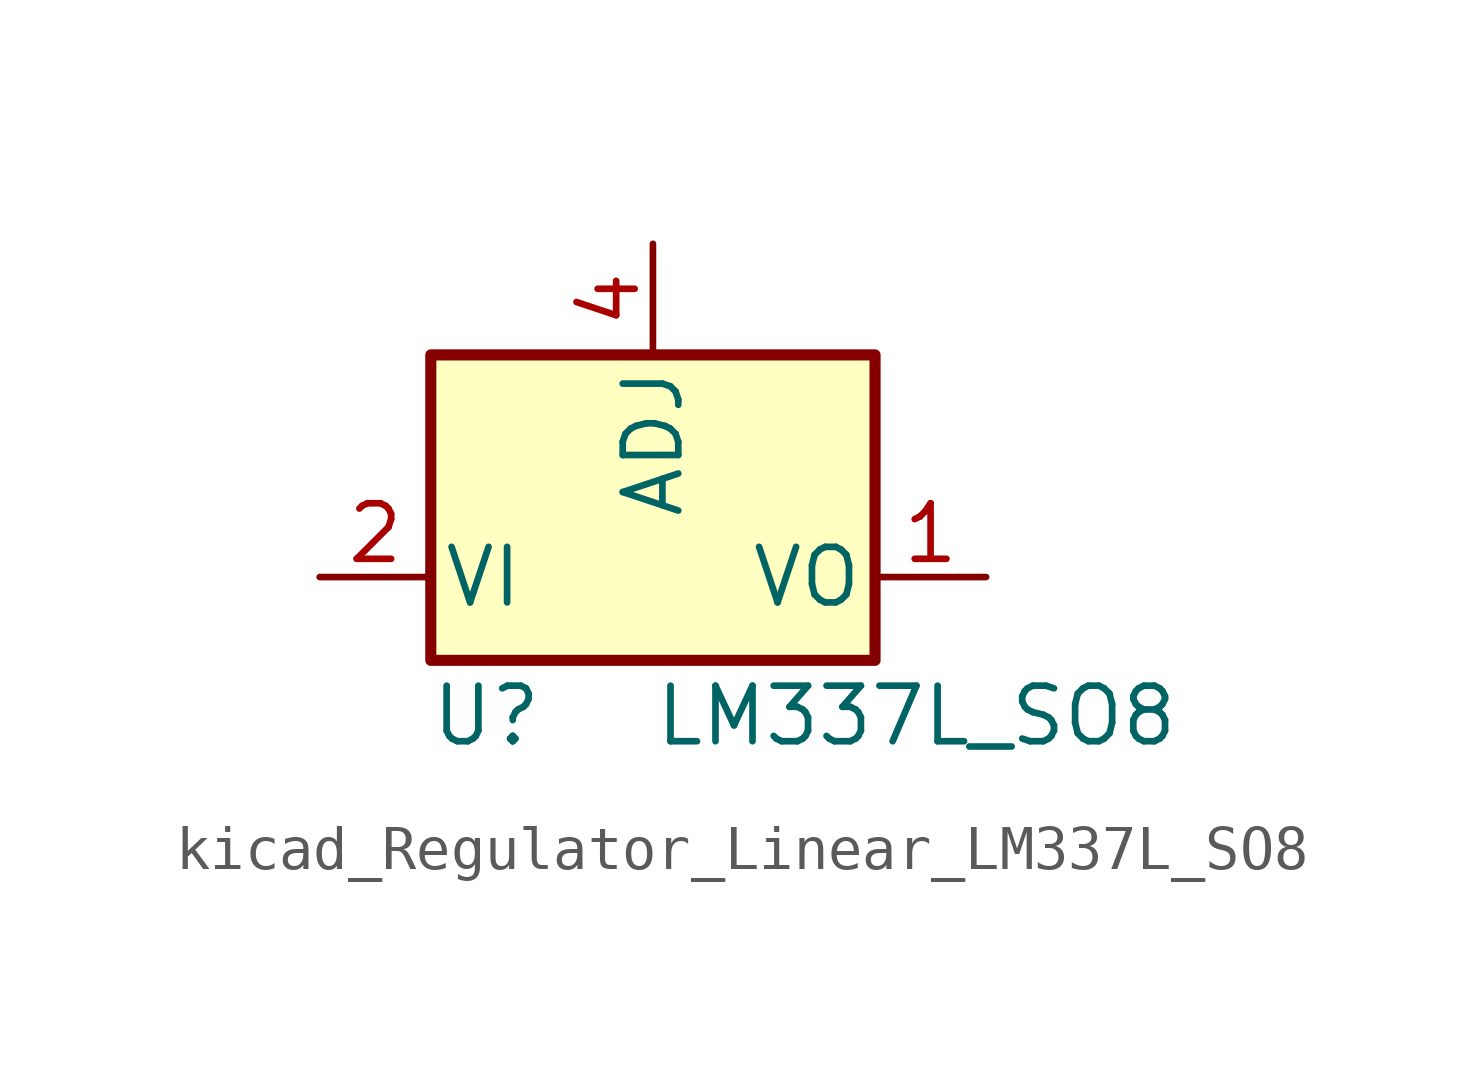
<source format=kicad_sym>
(kicad_symbol_lib
  (version 20220914)
  (generator kicad_symbol_editor)
  (symbol "kicad_Regulator_Linear_LM337L_SO8"
    (pin_names
      (offset 0.254))
    (property "Reference" "U"
      (at -3.81 -3.175 0)
      (effects (font (size 1.27 1.27))))
    (property "Value" "LM337L_SO8"
      (at 0 -3.175 0)
      (effects (font (size 1.27 1.27)) (justify left)))
    (symbol "kicad_Regulator_Linear_LM337L_SO8_0_1"
      (rectangle (start -5.08 5.08) (end 5.08 -1.905) (stroke (width 0.254) (type default)) (fill (type background))))
    (symbol "kicad_Regulator_Linear_LM337L_SO8_1_1"
      (pin power_out line (at 7.62 0 180) (length 2.54) (name "VO" (effects (font (size 1.27 1.27)))) (number "1" (effects (font (size 1.27 1.27)))))
      (pin power_in line (at -7.62 0 0) (length 2.54) (name "VI" (effects (font (size 1.27 1.27)))) (number "2" (effects (font (size 1.27 1.27)))))
      (pin passive line (at -7.62 0 0) (length 2.54) hide (name "VI" (effects (font (size 1.27 1.27)))) (number "3" (effects (font (size 1.27 1.27)))))
      (pin input line (at 0 7.62 270) (length 2.54) (name "ADJ" (effects (font (size 1.27 1.27)))) (number "4" (effects (font (size 1.27 1.27)))))
      (pin no_connect line (at -5.08 2.54 0) (length 2.54) hide (name "NC" (effects (font (size 1.27 1.27)))) (number "5" (effects (font (size 1.27 1.27)))))
      (pin passive line (at -7.62 0 0) (length 2.54) hide (name "VI" (effects (font (size 1.27 1.27)))) (number "6" (effects (font (size 1.27 1.27)))))
      (pin passive line (at -7.62 0 0) (length 2.54) hide (name "VI" (effects (font (size 1.27 1.27)))) (number "7" (effects (font (size 1.27 1.27)))))
      (pin no_connect line (at 5.08 2.54 180) (length 2.54) hide (name "NC" (effects (font (size 1.27 1.27)))) (number "8" (effects (font (size 1.27 1.27))))))))
</source>
